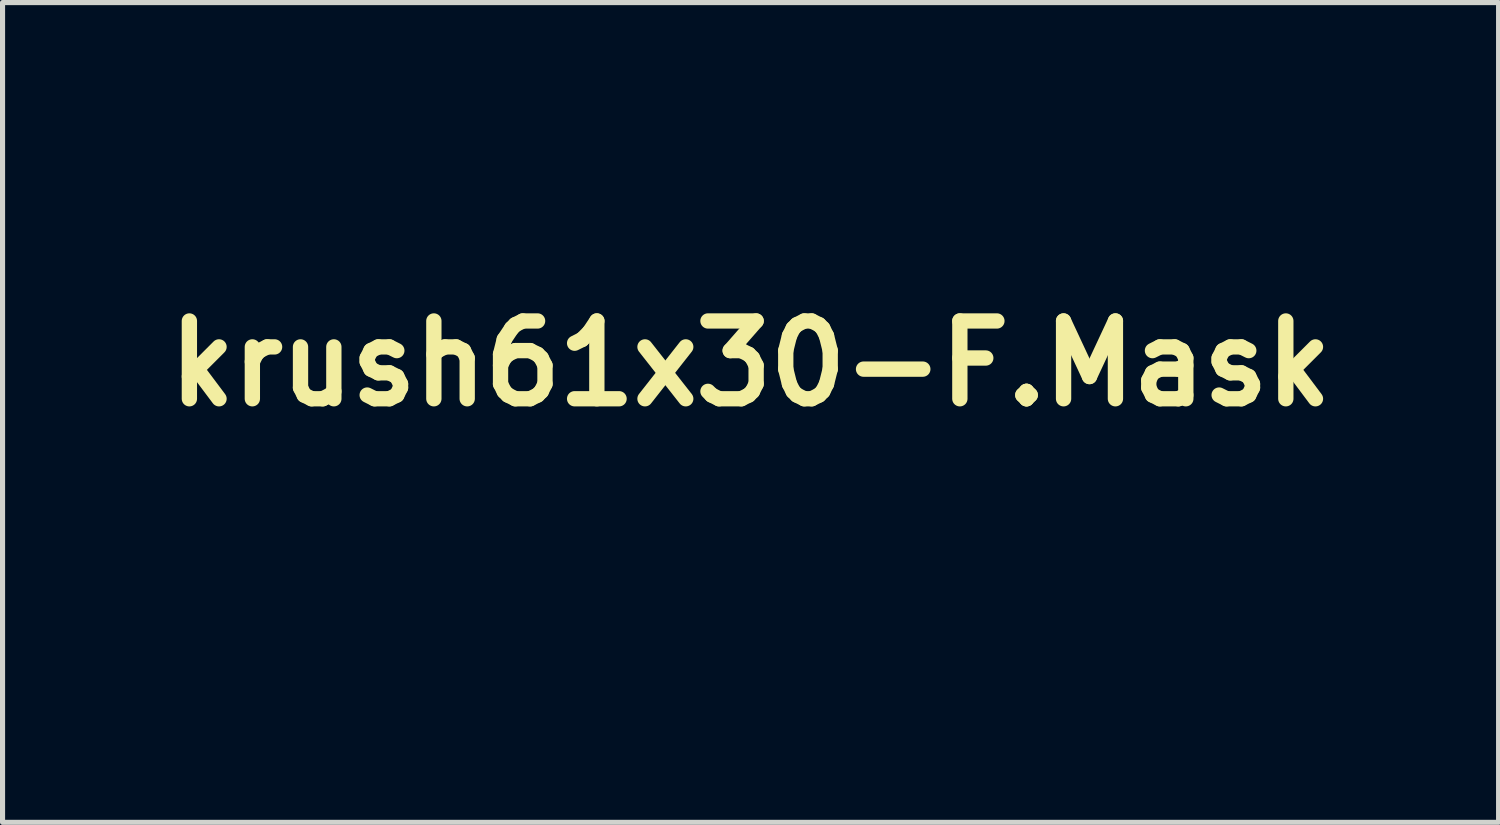
<source format=kicad_pcb>
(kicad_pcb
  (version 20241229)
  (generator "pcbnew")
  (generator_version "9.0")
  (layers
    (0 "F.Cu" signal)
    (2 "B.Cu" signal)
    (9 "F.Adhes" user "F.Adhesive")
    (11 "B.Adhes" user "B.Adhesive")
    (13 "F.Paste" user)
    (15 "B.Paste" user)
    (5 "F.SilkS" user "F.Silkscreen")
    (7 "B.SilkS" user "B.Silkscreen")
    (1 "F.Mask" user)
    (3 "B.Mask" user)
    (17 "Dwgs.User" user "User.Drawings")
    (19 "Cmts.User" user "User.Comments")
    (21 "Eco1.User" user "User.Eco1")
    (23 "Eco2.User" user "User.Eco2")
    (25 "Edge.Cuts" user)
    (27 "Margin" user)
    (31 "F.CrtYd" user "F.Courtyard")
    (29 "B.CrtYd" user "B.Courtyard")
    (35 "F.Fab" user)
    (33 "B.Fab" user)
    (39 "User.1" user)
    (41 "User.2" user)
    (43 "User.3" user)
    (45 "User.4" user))
  (footprint "krush61x30-F.Mask"
    (layer "F.Cu")
    (at 11.655 4.073)
    (property "Reference" "krush61x30-F.Mask" (at 0 0 0) (layer "F.SilkS") (effects (font (size 1.524 1.524) (thickness 0.3))))
    (attr through_hole)
    (fp_poly (pts (xy 0.328 -3.93) (xy 0.344 -3.895) (xy 0.362 -3.818) (xy 0.373 -3.743) (xy 0.392 -3.63) (xy 0.426 -3.467) (xy 0.474 -3.26) (xy 0.533 -3.018) (xy 0.602 -2.747) (xy 0.678 -2.455) (xy 0.761 -2.147) (xy 0.847 -1.833) (xy 0.936 -1.518) (xy 1.024 -1.21) (xy 1.112 -0.916) (xy 1.181 -0.687) (xy 1.337 -0.196) (xy 1.484 0.249) (xy 1.63 0.66) (xy 1.777 1.05) (xy 1.932 1.43) (xy 2.099 1.814) (xy 2.283 2.213) (xy 2.49 2.64) (xy 2.57 2.804) (xy 2.7 3.067) (xy 2.811 3.296) (xy 2.901 3.488) (xy 2.97 3.64) (xy 3.015 3.748) (xy 3.035 3.808) (xy 3.034 3.82) (xy 2.999 3.835) (xy 2.919 3.866) (xy 2.807 3.908) (xy 2.674 3.956) (xy 2.533 4.008) (xy 2.394 4.057) (xy 2.271 4.101) (xy 2.176 4.134) (xy 2.146 4.143) (xy 2.127 4.146) (xy 2.108 4.14) (xy 2.087 4.118) (xy 2.061 4.078) (xy 2.029 4.015) (xy 1.989 3.923) (xy 1.938 3.799) (xy 1.875 3.637) (xy 1.797 3.434) (xy 1.703 3.184) (xy 1.59 2.882) (xy 1.583 2.862) (xy 1.493 2.624) (xy 1.411 2.405) (xy 1.337 2.211) (xy 1.274 2.047) (xy 1.225 1.921) (xy 1.192 1.838) (xy 1.176 1.803) (xy 1.176 1.803) (xy 1.177 1.834) (xy 1.185 1.914) (xy 1.199 2.035) (xy 1.219 2.187) (xy 1.242 2.361) (xy 1.282 2.677) (xy 1.314 2.983) (xy 1.339 3.269) (xy 1.356 3.528) (xy 1.363 3.749) (xy 1.36 3.923) (xy 1.356 3.983) (xy 1.337 4.186) (xy 0.982 4.446) (xy 0.842 4.547) (xy 0.707 4.642) (xy 0.589 4.722) (xy 0.501 4.778) (xy 0.485 4.788) (xy 0.401 4.833) (xy 0.349 4.852) (xy 0.306 4.845) (xy 0.253 4.815) (xy 0.253 4.815) (xy 0.169 4.753) (xy 0.084 4.666) (xy -0.01 4.546) (xy -0.117 4.385) (xy -0.234 4.192) (xy -0.565 3.588) (xy -0.883 2.927) (xy -1.186 2.21) (xy -1.475 1.437) (xy -1.627 0.99) (xy -1.737 0.641) (xy -1.82 0.345) (xy -1.876 0.101) (xy -1.906 -0.089) (xy -1.911 -0.179) (xy -1.908 -0.254) (xy -1.892 -0.304) (xy -1.851 -0.346) (xy -1.772 -0.398) (xy -1.748 -0.412) (xy -1.649 -0.476) (xy -1.524 -0.561) (xy -1.394 -0.653) (xy -1.345 -0.689) (xy -1.238 -0.764) (xy -1.144 -0.824) (xy -1.076 -0.859) (xy -1.053 -0.866) (xy -0.994 -0.854) (xy -0.914 -0.825) (xy -0.834 -0.787) (xy -0.771 -0.751) (xy -0.747 -0.724) (xy -0.769 -0.694) (xy -0.826 -0.641) (xy -0.884 -0.596) (xy -1.021 -0.493) (xy -1.002 -0.329) (xy -0.95 -0.002) (xy -0.872 0.363) (xy -0.769 0.757) (xy -0.646 1.167) (xy -0.506 1.583) (xy -0.354 1.992) (xy -0.193 2.384) (xy -0.026 2.747) (xy 0.095 2.985) (xy 0.174 3.129) (xy 0.258 3.273) (xy 0.34 3.408) (xy 0.414 3.525) (xy 0.475 3.614) (xy 0.516 3.666) (xy 0.529 3.676) (xy 0.536 3.647) (xy 0.538 3.568) (xy 0.537 3.448) (xy 0.533 3.294) (xy 0.526 3.117) (xy 0.517 2.925) (xy 0.506 2.727) (xy 0.493 2.532) (xy 0.479 2.348) (xy 0.464 2.186) (xy 0.462 2.166) (xy 0.401 1.626) (xy 0.333 1.097) (xy 0.254 0.565) (xy 0.162 0.018) (xy 0.057 -0.559) (xy -0.057 -1.138) (xy -0.156 -1.623) (xy -0.246 -2.05) (xy -0.325 -2.418) (xy -0.394 -2.728) (xy -0.453 -2.979) (xy -0.502 -3.172) (xy -0.541 -3.305) (xy -0.57 -3.38) (xy -0.57 -3.382) (xy -0.579 -3.42) (xy -0.554 -3.461) (xy -0.487 -3.517) (xy -0.471 -3.528) (xy -0.394 -3.578) (xy -0.287 -3.64) (xy -0.163 -3.708) (xy -0.033 -3.775) (xy 0.093 -3.837) (xy 0.202 -3.887) (xy 0.283 -3.921) (xy 0.326 -3.931) (xy 0.328 -3.93)) (stroke (width 0.01) (type solid)) (fill yes) (layer "F.Mask"))
    (fp_poly (pts (xy 2.461 -3.658) (xy 2.615 -3.631) (xy 2.698 -3.614) (xy 2.971 -3.55) (xy 3.213 -3.472) (xy 3.435 -3.374) (xy 3.648 -3.25) (xy 3.862 -3.094) (xy 4.087 -2.9) (xy 4.334 -2.662) (xy 4.334 -2.662) (xy 4.615 -2.37) (xy 4.849 -2.103) (xy 5.041 -1.857) (xy 5.195 -1.624) (xy 5.292 -1.449) (xy 5.413 -1.21) (xy 5.317 -1.13) (xy 5.252 -1.084) (xy 5.151 -1.024) (xy 5.028 -0.956) (xy 4.894 -0.886) (xy 4.762 -0.821) (xy 4.645 -0.767) (xy 4.555 -0.73) (xy 4.505 -0.717) (xy 4.46 -0.741) (xy 4.452 -0.773) (xy 4.432 -0.874) (xy 4.375 -1.009) (xy 4.286 -1.172) (xy 4.17 -1.355) (xy 4.031 -1.551) (xy 3.876 -1.752) (xy 3.71 -1.951) (xy 3.536 -2.14) (xy 3.506 -2.171) (xy 3.31 -2.362) (xy 3.135 -2.513) (xy 2.968 -2.636) (xy 2.795 -2.738) (xy 2.704 -2.784) (xy 2.573 -2.844) (xy 2.44 -2.899) (xy 2.317 -2.943) (xy 2.217 -2.973) (xy 2.152 -2.985) (xy 2.134 -2.981) (xy 2.135 -2.945) (xy 2.157 -2.867) (xy 2.195 -2.759) (xy 2.244 -2.633) (xy 2.3 -2.501) (xy 2.343 -2.41) (xy 2.51 -2.103) (xy 2.73 -1.771) (xy 3.003 -1.413) (xy 3.326 -1.03) (xy 3.43 -0.914) (xy 3.567 -0.768) (xy 3.717 -0.616) (xy 3.886 -0.453) (xy 4.08 -0.276) (xy 4.303 -0.078) (xy 4.561 0.144) (xy 4.86 0.396) (xy 4.98 0.497) (xy 5.301 0.767) (xy 5.579 1.004) (xy 5.819 1.213) (xy 6.023 1.398) (xy 6.196 1.563) (xy 6.342 1.712) (xy 6.466 1.85) (xy 6.571 1.98) (xy 6.661 2.107) (xy 6.74 2.236) (xy 6.813 2.369) (xy 6.835 2.413) (xy 6.9 2.549) (xy 6.942 2.652) (xy 6.967 2.745) (xy 6.98 2.848) (xy 6.987 2.942) (xy 6.987 3.115) (xy 6.962 3.257) (xy 6.905 3.386) (xy 6.811 3.517) (xy 6.711 3.627) (xy 6.642 3.694) (xy 6.568 3.754) (xy 6.478 3.814) (xy 6.363 3.881) (xy 6.21 3.961) (xy 6.067 4.033) (xy 5.88 4.124) (xy 5.736 4.19) (xy 5.624 4.234) (xy 5.533 4.259) (xy 5.453 4.266) (xy 5.374 4.26) (xy 5.285 4.242) (xy 5.278 4.24) (xy 5.114 4.182) (xy 4.925 4.082) (xy 4.723 3.948) (xy 4.515 3.787) (xy 4.314 3.607) (xy 4.128 3.414) (xy 4.104 3.386) (xy 3.848 3.067) (xy 3.643 2.76) (xy 3.491 2.469) (xy 3.393 2.195) (xy 3.35 1.94) (xy 3.347 1.875) (xy 3.351 1.812) (xy 3.371 1.766) (xy 3.418 1.721) (xy 3.503 1.662) (xy 3.519 1.652) (xy 3.614 1.596) (xy 3.734 1.532) (xy 3.865 1.467) (xy 3.995 1.407) (xy 4.109 1.357) (xy 4.196 1.325) (xy 4.236 1.315) (xy 4.26 1.335) (xy 4.26 1.401) (xy 4.256 1.427) (xy 4.254 1.586) (xy 4.288 1.777) (xy 4.354 1.99) (xy 4.448 2.212) (xy 4.565 2.432) (xy 4.702 2.639) (xy 4.719 2.662) (xy 4.891 2.866) (xy 5.097 3.072) (xy 5.315 3.261) (xy 5.495 3.394) (xy 5.629 3.476) (xy 5.762 3.548) (xy 5.886 3.604) (xy 5.988 3.641) (xy 6.057 3.652) (xy 6.079 3.645) (xy 6.105 3.587) (xy 6.118 3.487) (xy 6.118 3.364) (xy 6.106 3.234) (xy 6.082 3.121) (xy 6.009 2.92) (xy 5.907 2.704) (xy 5.789 2.499) (xy 5.757 2.45) (xy 5.672 2.339) (xy 5.556 2.206) (xy 5.406 2.051) (xy 5.22 1.869) (xy 4.995 1.66) (xy 4.73 1.421) (xy 4.42 1.15) (xy 4.184 0.945) (xy 3.714 0.536) (xy 3.293 0.157) (xy 2.921 -0.193) (xy 2.597 -0.512) (xy 2.323 -0.8) (xy 2.098 -1.058) (xy 1.966 -1.225) (xy 1.732 -1.557) (xy 1.539 -1.873) (xy 1.387 -2.168) (xy 1.278 -2.441) (xy 1.213 -2.687) (xy 1.195 -2.904) (xy 1.207 -3.023) (xy 1.217 -3.059) (xy 1.235 -3.094) (xy 1.267 -3.13) (xy 1.32 -3.172) (xy 1.4 -3.225) (xy 1.513 -3.292) (xy 1.664 -3.379) (xy 1.861 -3.489) (xy 1.912 -3.518) (xy 2.045 -3.589) (xy 2.151 -3.637) (xy 2.245 -3.664) (xy 2.343 -3.67) (xy 2.461 -3.658)) (stroke (width 0.01) (type solid)) (fill yes) (layer "F.Mask"))
    (fp_poly (pts (xy 8.388 -3.85) (xy 8.467 -3.766) (xy 8.499 -3.701) (xy 8.486 -3.642) (xy 8.442 -3.586) (xy 8.362 -3.503) (xy 8.439 -3.223) (xy 8.525 -2.925) (xy 8.636 -2.577) (xy 8.769 -2.183) (xy 8.923 -1.746) (xy 9.097 -1.272) (xy 9.288 -0.764) (xy 9.497 -0.226) (xy 9.713 0.322) (xy 9.788 0.506) (xy 9.872 0.712) (xy 9.963 0.932) (xy 10.058 1.161) (xy 10.154 1.392) (xy 10.248 1.616) (xy 10.338 1.829) (xy 10.421 2.023) (xy 10.493 2.19) (xy 10.552 2.325) (xy 10.595 2.421) (xy 10.619 2.47) (xy 10.623 2.474) (xy 10.654 2.475) (xy 10.733 2.468) (xy 10.85 2.457) (xy 10.992 2.442) (xy 11.031 2.437) (xy 11.189 2.42) (xy 11.334 2.406) (xy 11.452 2.396) (xy 11.528 2.392) (xy 11.535 2.392) (xy 11.639 2.393) (xy 11.49 2.528) (xy 11.41 2.594) (xy 11.305 2.675) (xy 11.187 2.761) (xy 11.07 2.842) (xy 10.967 2.91) (xy 10.891 2.956) (xy 10.864 2.968) (xy 10.868 2.997) (xy 10.896 3.072) (xy 10.945 3.187) (xy 11.011 3.335) (xy 11.093 3.509) (xy 11.168 3.664) (xy 11.26 3.852) (xy 11.343 4.026) (xy 11.413 4.176) (xy 11.467 4.294) (xy 11.501 4.374) (xy 11.511 4.404) (xy 11.506 4.434) (xy 11.474 4.463) (xy 11.406 4.494) (xy 11.293 4.534) (xy 11.252 4.548) (xy 11.084 4.609) (xy 10.95 4.678) (xy 10.824 4.766) (xy 10.804 4.782) (xy 10.702 4.864) (xy 10.635 4.911) (xy 10.595 4.926) (xy 10.574 4.914) (xy 10.567 4.893) (xy 10.532 4.772) (xy 10.478 4.604) (xy 10.408 4.395) (xy 10.325 4.154) (xy 10.231 3.888) (xy 10.165 3.705) (xy 9.931 3.063) (xy 9.769 3.066) (xy 9.677 3.073) (xy 9.551 3.089) (xy 9.406 3.111) (xy 9.254 3.138) (xy 9.111 3.166) (xy 8.99 3.192) (xy 8.905 3.215) (xy 8.874 3.228) (xy 8.862 3.248) (xy 8.867 3.288) (xy 8.891 3.357) (xy 8.937 3.462) (xy 9.009 3.609) (xy 9.031 3.654) (xy 9.109 3.805) (xy 9.186 3.944) (xy 9.256 4.059) (xy 9.309 4.137) (xy 9.323 4.153) (xy 9.376 4.213) (xy 9.405 4.253) (xy 9.406 4.26) (xy 9.377 4.273) (xy 9.304 4.304) (xy 9.2 4.347) (xy 9.12 4.379) (xy 8.988 4.434) (xy 8.865 4.492) (xy 8.77 4.541) (xy 8.739 4.56) (xy 8.593 4.652) (xy 8.485 4.701) (xy 8.414 4.708) (xy 8.376 4.673) (xy 8.367 4.618) (xy 8.357 4.572) (xy 8.328 4.481) (xy 8.285 4.358) (xy 8.232 4.213) (xy 8.174 4.058) (xy 8.115 3.903) (xy 8.059 3.761) (xy 8.009 3.642) (xy 7.972 3.557) (xy 7.951 3.519) (xy 7.918 3.522) (xy 7.838 3.542) (xy 7.72 3.576) (xy 7.573 3.622) (xy 7.406 3.678) (xy 7.401 3.68) (xy 7.234 3.736) (xy 7.086 3.783) (xy 6.968 3.82) (xy 6.888 3.841) (xy 6.855 3.847) (xy 6.855 3.846) (xy 6.874 3.827) (xy 6.937 3.784) (xy 7.036 3.722) (xy 7.163 3.646) (xy 7.267 3.586) (xy 7.453 3.479) (xy 7.593 3.398) (xy 7.693 3.338) (xy 7.761 3.295) (xy 7.801 3.265) (xy 7.82 3.244) (xy 7.825 3.226) (xy 7.821 3.209) (xy 7.819 3.202) (xy 7.804 3.163) (xy 7.77 3.076) (xy 7.719 2.947) (xy 7.654 2.784) (xy 7.578 2.593) (xy 7.493 2.382) (xy 7.442 2.256) (xy 7.334 1.987) (xy 7.216 1.689) (xy 7.094 1.379) (xy 6.976 1.076) (xy 6.867 0.794) (xy 6.78 0.568) (xy 6.681 0.309) (xy 6.571 0.02) (xy 6.456 -0.28) (xy 6.343 -0.572) (xy 6.241 -0.837) (xy 6.195 -0.956) (xy 6.055 -1.32) (xy 5.939 -1.63) (xy 5.847 -1.885) (xy 5.779 -2.086) (xy 5.735 -2.233) (xy 5.714 -2.327) (xy 5.713 -2.358) (xy 5.739 -2.396) (xy 5.804 -2.461) (xy 5.895 -2.543) (xy 6.003 -2.635) (xy 6.118 -2.728) (xy 6.228 -2.812) (xy 6.324 -2.879) (xy 6.394 -2.922) (xy 6.408 -2.928) (xy 6.559 -2.957) (xy 6.701 -2.926) (xy 6.708 -2.923) (xy 6.785 -2.888) (xy 6.625 -2.722) (xy 6.708 -2.369) (xy 6.804 -1.997) (xy 6.925 -1.579) (xy 7.07 -1.122) (xy 7.237 -0.632) (xy 7.422 -0.116) (xy 7.624 0.419) (xy 7.84 0.967) (xy 8.068 1.521) (xy 8.162 1.742) (xy 8.284 2.027) (xy 8.385 2.261) (xy 8.468 2.45) (xy 8.535 2.598) (xy 8.589 2.71) (xy 8.631 2.79) (xy 8.664 2.843) (xy 8.691 2.874) (xy 8.714 2.888) (xy 8.735 2.889) (xy 8.739 2.889) (xy 8.822 2.868) (xy 8.939 2.838) (xy 9.078 2.802) (xy 9.229 2.763) (xy 9.379 2.724) (xy 9.519 2.687) (xy 9.636 2.656) (xy 9.719 2.633) (xy 9.758 2.622) (xy 9.76 2.621) (xy 9.752 2.593) (xy 9.725 2.52) (xy 9.684 2.414) (xy 9.633 2.286) (xy 9.594 2.188) (xy 9.535 2.043) (xy 9.461 1.857) (xy 9.374 1.638) (xy 9.277 1.393) (xy 9.173 1.132) (xy 9.065 0.859) (xy 8.997 0.687) (xy 8.868 0.364) (xy 8.725 0.006) (xy 8.573 -0.372) (xy 8.418 -0.756) (xy 8.267 -1.129) (xy 8.125 -1.476) (xy 8.001 -1.778) (xy 7.895 -2.036) (xy 7.795 -2.283) (xy 7.702 -2.51) (xy 7.621 -2.713) (xy 7.552 -2.884) (xy 7.5 -3.017) (xy 7.467 -3.105) (xy 7.458 -3.131) (xy 7.406 -3.288) (xy 7.475 -3.348) (xy 7.524 -3.385) (xy 7.613 -3.448) (xy 7.729 -3.529) (xy 7.864 -3.62) (xy 7.929 -3.664) (xy 8.314 -3.919) (xy 8.388 -3.85)) (stroke (width 0.01) (type solid)) (fill yes) (layer "F.Mask"))
    (fp_poly (pts (xy -7.391 -3.745) (xy -7.313 -3.308) (xy -7.249 -2.847) (xy -7.201 -2.357) (xy -7.167 -1.834) (xy -7.148 -1.274) (xy -7.143 -0.674) (xy -7.153 -0.027) (xy -7.176 0.668) (xy -7.214 1.417) (xy -7.219 1.509) (xy -7.239 1.838) (xy -7.004 1.614) (xy -6.901 1.52) (xy -6.807 1.443) (xy -6.708 1.375) (xy -6.588 1.306) (xy -6.434 1.227) (xy -6.346 1.183) (xy -6.186 1.107) (xy -6.05 1.048) (xy -5.948 1.009) (xy -5.887 0.994) (xy -5.877 0.995) (xy -5.841 1.025) (xy -5.794 1.094) (xy -5.734 1.204) (xy -5.661 1.36) (xy -5.572 1.563) (xy -5.466 1.818) (xy -5.394 1.997) (xy -5.322 2.174) (xy -5.255 2.331) (xy -5.198 2.46) (xy -5.155 2.552) (xy -5.128 2.6) (xy -5.122 2.606) (xy -5.098 2.58) (xy -5.061 2.509) (xy -5.014 2.406) (xy -4.964 2.28) (xy -4.916 2.146) (xy -4.872 2.013) (xy -4.849 1.93) (xy -4.822 1.822) (xy -4.812 1.749) (xy -4.819 1.684) (xy -4.844 1.605) (xy -4.861 1.56) (xy -4.885 1.497) (xy -4.928 1.385) (xy -4.987 1.231) (xy -5.06 1.043) (xy -5.144 0.827) (xy -5.236 0.59) (xy -5.334 0.339) (xy -5.434 0.082) (xy -5.534 -0.175) (xy -5.631 -0.425) (xy -5.723 -0.661) (xy -5.806 -0.875) (xy -5.861 -1.016) (xy -5.912 -1.139) (xy -5.983 -1.303) (xy -6.067 -1.494) (xy -6.159 -1.697) (xy -6.253 -1.9) (xy -6.275 -1.947) (xy -6.566 -2.564) (xy -6.458 -2.68) (xy -6.375 -2.764) (xy -6.285 -2.845) (xy -6.178 -2.93) (xy -6.046 -3.024) (xy -5.968 -3.076) (xy -5.523 -3.076) (xy -5.375 -2.502) (xy -5.252 -2.036) (xy -5.134 -1.616) (xy -5.019 -1.232) (xy -4.902 -0.87) (xy -4.78 -0.518) (xy -4.761 -0.463) (xy -4.683 -0.25) (xy -4.623 -0.088) (xy -4.577 0.03) (xy -4.544 0.108) (xy -4.521 0.154) (xy -4.505 0.173) (xy -4.495 0.172) (xy -4.486 0.139) (xy -4.472 0.058) (xy -4.453 -0.06) (xy -4.432 -0.204) (xy -4.424 -0.257) (xy -4.374 -0.648) (xy -4.339 -0.997) (xy -4.317 -1.32) (xy -4.307 -1.631) (xy -4.31 -1.948) (xy -4.311 -2.013) (xy -4.322 -2.274) (xy -4.338 -2.485) (xy -4.362 -2.656) (xy -4.394 -2.797) (xy -4.438 -2.918) (xy -4.495 -3.028) (xy -4.507 -3.048) (xy -4.584 -3.146) (xy -4.677 -3.229) (xy -4.708 -3.249) (xy -4.863 -3.305) (xy -5.037 -3.315) (xy -5.211 -3.282) (xy -5.368 -3.207) (xy -5.422 -3.165) (xy -5.523 -3.076) (xy -5.968 -3.076) (xy -5.882 -3.133) (xy -5.678 -3.263) (xy -5.588 -3.319) (xy -5.279 -3.506) (xy -5.011 -3.656) (xy -4.779 -3.771) (xy -4.577 -3.851) (xy -4.402 -3.899) (xy -4.247 -3.917) (xy -4.11 -3.905) (xy -3.983 -3.866) (xy -3.955 -3.853) (xy -3.817 -3.764) (xy -3.703 -3.642) (xy -3.613 -3.482) (xy -3.547 -3.282) (xy -3.501 -3.037) (xy -3.477 -2.744) (xy -3.472 -2.4) (xy -3.477 -2.196) (xy -3.485 -1.997) (xy -3.497 -1.805) (xy -3.511 -1.614) (xy -3.53 -1.417) (xy -3.555 -1.204) (xy -3.586 -0.97) (xy -3.624 -0.706) (xy -3.671 -0.405) (xy -3.727 -0.059) (xy -3.782 0.273) (xy -3.824 0.528) (xy -3.864 0.764) (xy -3.899 0.976) (xy -3.928 1.155) (xy -3.951 1.297) (xy -3.967 1.394) (xy -3.974 1.441) (xy -3.974 1.444) (xy -3.952 1.483) (xy -3.9 1.527) (xy -3.848 1.553) (xy -3.837 1.554) (xy -3.798 1.533) (xy -3.732 1.478) (xy -3.65 1.4) (xy -3.623 1.371) (xy -3.422 1.182) (xy -3.201 1.016) (xy -2.971 0.88) (xy -2.745 0.782) (xy -2.535 0.729) (xy -2.53 0.728) (xy -2.444 0.721) (xy -2.394 0.733) (xy -2.359 0.771) (xy -2.353 0.781) (xy -2.33 0.838) (xy -2.301 0.939) (xy -2.269 1.069) (xy -2.243 1.195) (xy -2.164 1.562) (xy -2.06 1.967) (xy -1.936 2.399) (xy -1.795 2.845) (xy -1.642 3.29) (xy -1.481 3.723) (xy -1.316 4.13) (xy -1.182 4.435) (xy -1.133 4.541) (xy -1.106 4.619) (xy -1.104 4.679) (xy -1.134 4.731) (xy -1.2 4.785) (xy -1.307 4.851) (xy -1.434 4.923) (xy -1.61 5.02) (xy -1.741 5.086) (xy -1.832 5.123) (xy -1.888 5.131) (xy -1.91 5.122) (xy -1.931 5.081) (xy -1.969 4.99) (xy -2.022 4.853) (xy -2.088 4.679) (xy -2.164 4.471) (xy -2.249 4.237) (xy -2.34 3.982) (xy -2.436 3.713) (xy -2.534 3.434) (xy -2.632 3.153) (xy -2.728 2.875) (xy -2.82 2.607) (xy -2.906 2.353) (xy -2.984 2.121) (xy -3.051 1.916) (xy -3.106 1.744) (xy -3.147 1.611) (xy -3.169 1.531) (xy -3.193 1.455) (xy -3.216 1.409) (xy -3.224 1.404) (xy -3.255 1.423) (xy -3.32 1.475) (xy -3.411 1.551) (xy -3.517 1.645) (xy -3.522 1.65) (xy -3.641 1.759) (xy -3.719 1.837) (xy -3.763 1.893) (xy -3.779 1.934) (xy -3.777 1.956) (xy -3.759 1.997) (xy -3.718 2.084) (xy -3.656 2.211) (xy -3.578 2.37) (xy -3.486 2.554) (xy -3.384 2.757) (xy -3.332 2.861) (xy -2.905 3.704) (xy -3.061 3.808) (xy -3.183 3.885) (xy -3.315 3.963) (xy -3.446 4.035) (xy -3.563 4.095) (xy -3.654 4.137) (xy -3.707 4.153) (xy -3.709 4.153) (xy -3.751 4.126) (xy -3.799 4.052) (xy -3.818 4.012) (xy -3.907 3.807) (xy -3.998 3.596) (xy -4.089 3.388) (xy -4.177 3.189) (xy -4.257 3.007) (xy -4.328 2.85) (xy -4.385 2.724) (xy -4.426 2.636) (xy -4.447 2.595) (xy -4.448 2.593) (xy -4.482 2.594) (xy -4.557 2.609) (xy -4.66 2.634) (xy -4.774 2.666) (xy -4.885 2.7) (xy -4.979 2.732) (xy -5.039 2.757) (xy -5.044 2.761) (xy -5.053 2.77) (xy -5.055 2.789) (xy -5.049 2.821) (xy -5.032 2.873) (xy -5.003 2.948) (xy -4.96 3.053) (xy -4.901 3.192) (xy -4.823 3.37) (xy -4.724 3.592) (xy -4.604 3.864) (xy -4.596 3.88) (xy -4.501 4.095) (xy -4.403 4.318) (xy -4.308 4.535) (xy -4.223 4.732) (xy -4.153 4.894) (xy -4.133 4.941) (xy -4.068 5.093) (xy -4.007 5.235) (xy -3.955 5.353) (xy -3.918 5.432) (xy -3.912 5.444) (xy -3.855 5.554) (xy -3.944 5.617) (xy -4.007 5.655) (xy -4.11 5.709) (xy -4.237 5.77) (xy -4.339 5.817) (xy -4.503 5.889) (xy -4.62 5.94) (xy -4.699 5.971) (xy -4.747 5.984) (xy -4.774 5.979) (xy -4.787 5.959) (xy -4.794 5.926) (xy -4.798 5.908) (xy -4.827 5.799) (xy -4.877 5.649) (xy -4.944 5.462) (xy -5.026 5.244) (xy -5.122 5) (xy -5.228 4.735) (xy -5.343 4.454) (xy -5.464 4.163) (xy -5.59 3.867) (xy -5.718 3.57) (xy -5.845 3.278) (xy -5.969 2.997) (xy -6.089 2.731) (xy -6.202 2.486) (xy -6.306 2.266) (xy -6.398 2.077) (xy -6.476 1.924) (xy -6.539 1.813) (xy -6.583 1.748) (xy -6.603 1.733) (xy -6.632 1.756) (xy -6.686 1.818) (xy -6.758 1.907) (xy -6.84 2.013) (xy -6.923 2.126) (xy -6.999 2.234) (xy -7.062 2.326) (xy -7.101 2.392) (xy -7.112 2.419) (xy -7.099 2.466) (xy -7.064 2.556) (xy -7.011 2.682) (xy -6.944 2.833) (xy -6.868 3.001) (xy -6.786 3.176) (xy -6.702 3.351) (xy -6.622 3.515) (xy -6.549 3.66) (xy -6.488 3.776) (xy -6.442 3.856) (xy -6.417 3.889) (xy -6.422 3.915) (xy -6.47 3.962) (xy -6.552 4.026) (xy -6.659 4.1) (xy -6.78 4.178) (xy -6.906 4.254) (xy -7.028 4.323) (xy -7.135 4.377) (xy -7.22 4.412) (xy -7.266 4.422) (xy -7.29 4.394) (xy -7.331 4.313) (xy -7.385 4.183) (xy -7.453 4.009) (xy -7.515 3.837) (xy -7.579 3.66) (xy -7.637 3.5) (xy -7.686 3.369) (xy -7.723 3.273) (xy -7.743 3.222) (xy -7.746 3.218) (xy -7.778 3.202) (xy -7.84 3.227) (xy -7.855 3.235) (xy -7.969 3.28) (xy -8.069 3.277) (xy -8.136 3.235) (xy -8.194 3.134) (xy -8.23 2.995) (xy -8.245 2.834) (xy -8.237 2.67) (xy -8.206 2.52) (xy -8.153 2.401) (xy -8.108 2.328) (xy -8.092 2.277) (xy -8.103 2.219) (xy -8.128 2.151) (xy -8.149 2.097) (xy -8.187 1.993) (xy -8.241 1.845) (xy -8.309 1.658) (xy -8.389 1.437) (xy -8.479 1.189) (xy -8.577 0.92) (xy -8.68 0.635) (xy -8.723 0.518) (xy -8.886 0.065) (xy -9.03 -0.332) (xy -9.156 -0.676) (xy -9.262 -0.967) (xy -9.351 -1.207) (xy -9.422 -1.398) (xy -9.477 -1.54) (xy -9.515 -1.635) (xy -9.536 -1.684) (xy -9.541 -1.692) (xy -9.573 -1.689) (xy -9.64 -1.668) (xy -9.666 -1.657) (xy -9.737 -1.63) (xy -9.78 -1.619) (xy -9.784 -1.619) (xy -9.79 -1.651) (xy -9.802 -1.729) (xy -9.816 -1.839) (xy -9.825 -1.912) (xy -9.856 -2.113) (xy -9.903 -2.352) (xy -9.962 -2.61) (xy -10.028 -2.868) (xy -10.097 -3.109) (xy -10.122 -3.189) (xy -10.16 -3.312) (xy -10.181 -3.408) (xy -10.179 -3.485) (xy -10.149 -3.552) (xy -10.086 -3.619) (xy -9.984 -3.694) (xy -9.84 -3.785) (xy -9.741 -3.845) (xy -9.576 -3.943) (xy -9.456 -4.01) (xy -9.376 -4.048) (xy -9.33 -4.058) (xy -9.317 -4.051) (xy -9.303 -4.012) (xy -9.277 -3.923) (xy -9.242 -3.796) (xy -9.2 -3.638) (xy -9.154 -3.46) (xy -9.143 -3.418) (xy -9.086 -3.194) (xy -9.036 -3.005) (xy -8.992 -2.84) (xy -8.95 -2.686) (xy -8.906 -2.532) (xy -8.856 -2.367) (xy -8.799 -2.178) (xy -8.729 -1.953) (xy -8.66 -1.733) (xy -8.599 -1.54) (xy -8.529 -1.326) (xy -8.454 -1.098) (xy -8.375 -0.864) (xy -8.295 -0.631) (xy -8.217 -0.406) (xy -8.144 -0.199) (xy -8.078 -0.015) (xy -8.022 0.138) (xy -7.979 0.251) (xy -7.951 0.318) (xy -7.945 0.329) (xy -7.936 0.314) (xy -7.93 0.243) (xy -7.927 0.117) (xy -7.925 -0.06) (xy -7.927 -0.287) (xy -7.929 -0.448) (xy -7.933 -0.698) (xy -7.94 -0.919) (xy -7.951 -1.12) (xy -7.966 -1.313) (xy -7.987 -1.505) (xy -8.016 -1.707) (xy -8.053 -1.928) (xy -8.1 -2.178) (xy -8.157 -2.466) (xy -8.227 -2.802) (xy -8.232 -2.825) (xy -8.274 -3.026) (xy -8.307 -3.177) (xy -8.332 -3.286) (xy -8.351 -3.361) (xy -8.367 -3.41) (xy -8.382 -3.441) (xy -8.399 -3.463) (xy -8.414 -3.479) (xy -8.44 -3.515) (xy -8.416 -3.533) (xy -8.405 -3.537) (xy -8.223 -3.587) (xy -8.087 -3.628) (xy -7.985 -3.665) (xy -7.904 -3.703) (xy -7.833 -3.749) (xy -7.758 -3.807) (xy -7.68 -3.874) (xy -7.456 -4.068) (xy -7.391 -3.745)) (stroke (width 0.01) (type solid)) (fill yes) (layer "F.Mask")))
  (gr_rect
    (start -3 -3)
    (end 26.31 13.061)
    (stroke (width 0.1) (type default))
    (fill no)
    (layer "Edge.Cuts")))
</source>
